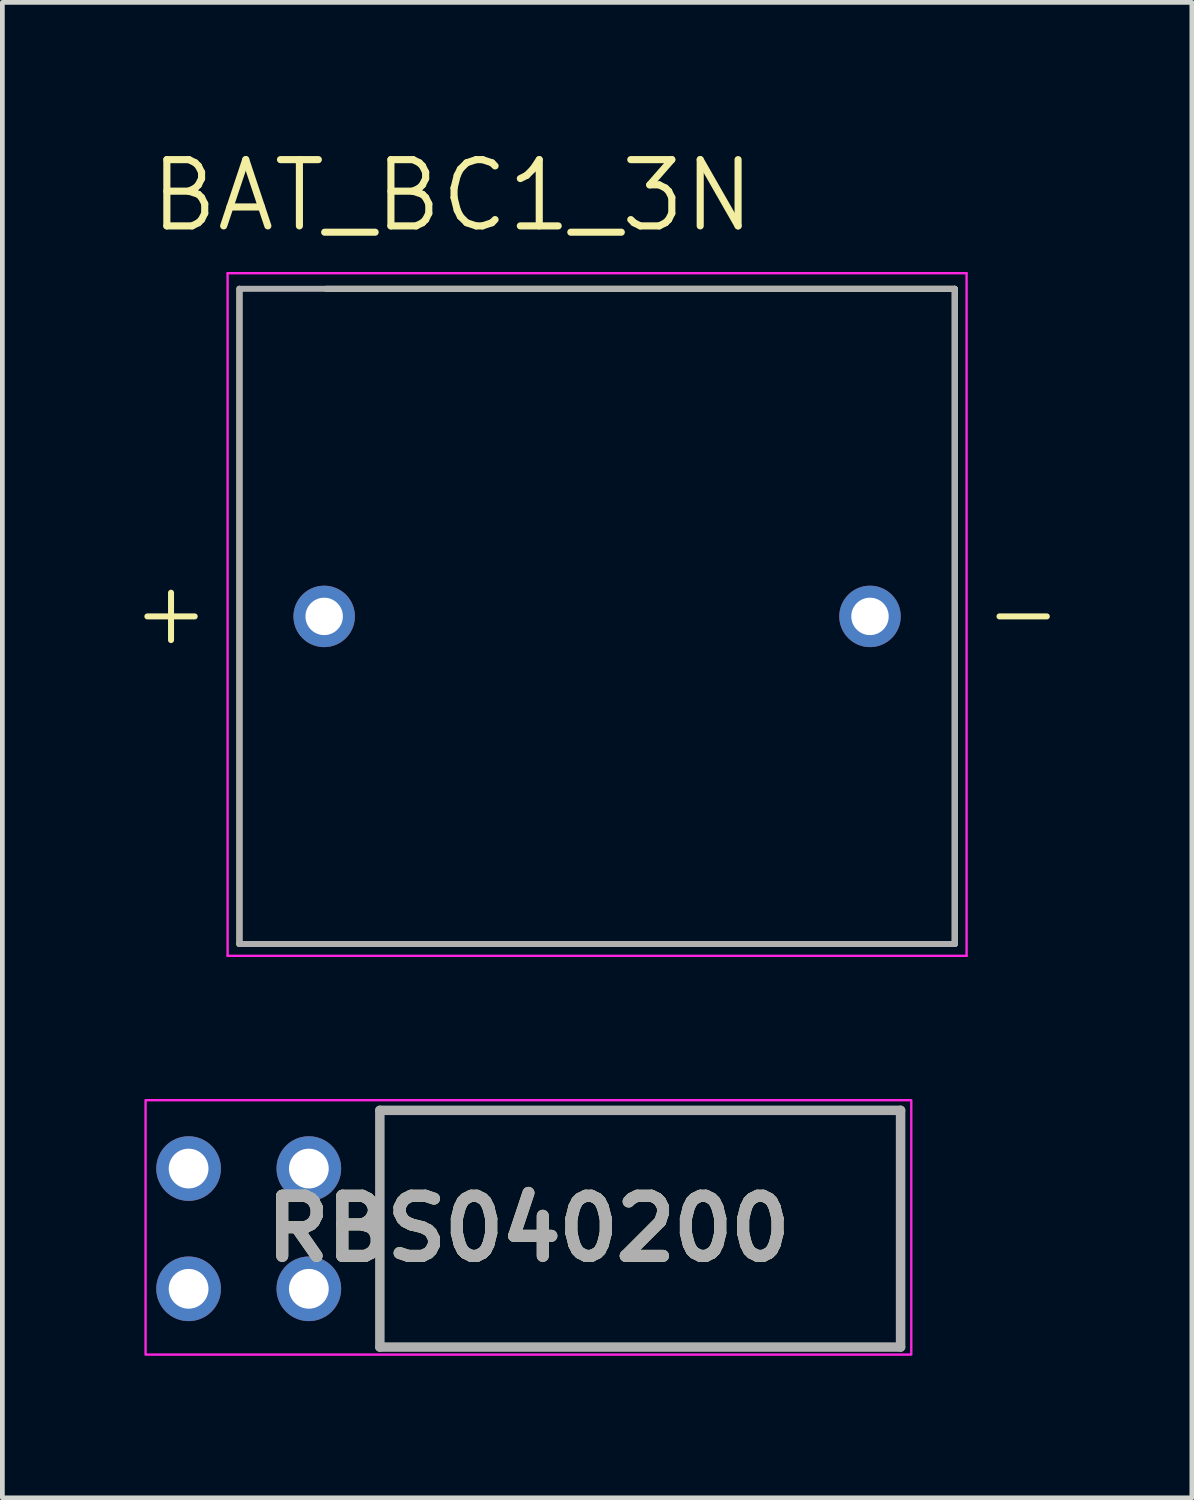
<source format=kicad_pcb>
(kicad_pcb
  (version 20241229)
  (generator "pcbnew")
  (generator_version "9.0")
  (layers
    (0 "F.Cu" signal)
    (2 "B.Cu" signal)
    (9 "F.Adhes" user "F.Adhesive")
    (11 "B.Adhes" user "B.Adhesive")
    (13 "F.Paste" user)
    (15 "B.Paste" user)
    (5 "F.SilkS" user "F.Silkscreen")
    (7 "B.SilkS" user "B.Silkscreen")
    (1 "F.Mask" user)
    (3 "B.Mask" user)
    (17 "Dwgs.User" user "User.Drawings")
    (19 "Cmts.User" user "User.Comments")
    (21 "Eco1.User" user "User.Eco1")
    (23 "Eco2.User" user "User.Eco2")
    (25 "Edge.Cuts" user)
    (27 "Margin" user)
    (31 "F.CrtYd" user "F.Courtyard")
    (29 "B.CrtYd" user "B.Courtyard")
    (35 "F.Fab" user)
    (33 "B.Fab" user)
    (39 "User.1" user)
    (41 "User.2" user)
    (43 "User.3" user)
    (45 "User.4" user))
  (footprint "BAT_BC1_3N"
    (layer "F.Cu")
    (at 9.563 9.971)
    (property "Reference" "BAT_BC1_3N" (at -3.055 -8.889 0) (layer "F.SilkS") (effects (font (size 1.4 1.4) (thickness 0.15))))
    (attr through_hole)
    (fp_line (start -9.5 0) (end -8.5 0) (stroke (width 0.127) (type solid)) (layer "F.SilkS"))
    (fp_line (start -9 -0.5) (end -9 0.5) (stroke (width 0.127) (type solid)) (layer "F.SilkS"))
    (fp_line (start -7.555 -6.92) (end -7.555 6.92) (stroke (width 0.127) (type solid)) (layer "F.SilkS"))
    (fp_line (start -7.555 6.92) (end 7.555 6.92) (stroke (width 0.127) (type solid)) (layer "F.SilkS"))
    (fp_line (start 7.555 -6.92) (end -5.725 -6.92) (stroke (width 0.127) (type solid)) (layer "F.SilkS"))
    (fp_line (start 7.555 6.92) (end 7.555 -6.92) (stroke (width 0.127) (type solid)) (layer "F.SilkS"))
    (fp_line (start 8.5 0) (end 9.5 0) (stroke (width 0.127) (type solid)) (layer "F.SilkS"))
    (fp_line (start -7.805 -7.25) (end -7.805 7.17) (stroke (width 0.05) (type solid)) (layer "F.CrtYd"))
    (fp_line (start -7.805 7.17) (end 7.805 7.17) (stroke (width 0.05) (type solid)) (layer "F.CrtYd"))
    (fp_line (start 7.805 -7.25) (end -7.805 -7.25) (stroke (width 0.05) (type solid)) (layer "F.CrtYd"))
    (fp_line (start 7.805 7.17) (end 7.805 -7.25) (stroke (width 0.05) (type solid)) (layer "F.CrtYd"))
    (fp_line (start -7.555 -6.92) (end -7.555 6.92) (stroke (width 0.127) (type solid)) (layer "F.Fab"))
    (fp_line (start -7.555 6.92) (end 7.555 6.92) (stroke (width 0.127) (type solid)) (layer "F.Fab"))
    (fp_line (start 7.555 -6.92) (end -7.555 -6.92) (stroke (width 0.127) (type solid)) (layer "F.Fab"))
    (fp_line (start 7.555 6.92) (end 7.555 -6.92) (stroke (width 0.127) (type solid)) (layer "F.Fab"))
    (pad "+" thru_hole circle (at -5.765 0) (size 1.298 1.298) (drill 0.79) (layers "*.Cu" "*.Mask"))
    (pad "-" thru_hole circle (at 5.765 0) (size 1.298 1.298) (drill 0.79) (layers "*.Cu" "*.Mask")))
  (footprint "RBS040200"
    (layer "F.Cu")
    (at 3.474 24.175)
    (property "Reference" "RBS040200" (at 4.639 -1.27 0) (layer "F.SilkS") (effects (font (size 1.27 1.27) (thickness 0.254))))
    (attr through_hole)
    (fp_line (start 1.5 -3.77) (end 12.5 -3.77) (stroke (width 0.1) (type solid)) (layer "F.SilkS"))
    (fp_line (start 1.5 1.23) (end 1.5 -3.77) (stroke (width 0.1) (type solid)) (layer "F.SilkS"))
    (fp_line (start 12.5 -3.77) (end 12.5 1.23) (stroke (width 0.1) (type solid)) (layer "F.SilkS"))
    (fp_line (start 12.5 1.23) (end 1.5 1.23) (stroke (width 0.1) (type solid)) (layer "F.SilkS"))
    (fp_rect (start 12.726 -3.984) (end -3.449 1.39) (stroke (width 0.05) (type default)) (fill no) (layer "F.CrtYd"))
    (fp_line (start 1.5 -3.77) (end 12.5 -3.77) (stroke (width 0.2) (type solid)) (layer "F.Fab"))
    (fp_line (start 1.5 1.23) (end 1.5 -3.77) (stroke (width 0.2) (type solid)) (layer "F.Fab"))
    (fp_line (start 12.5 -3.77) (end 12.5 1.23) (stroke (width 0.2) (type solid)) (layer "F.Fab"))
    (fp_line (start 12.5 1.23) (end 1.5 1.23) (stroke (width 0.2) (type solid)) (layer "F.Fab"))
    (fp_text user "${REFERENCE}" (at 4.639 -1.27 0) (layer "F.Fab") (effects (font (size 1.27 1.27) (thickness 0.254))))
    (pad "1" thru_hole circle (at 0 0) (size 1.365 1.365) (drill 0.84) (layers "*.Cu" "*.Mask"))
    (pad "2" thru_hole circle (at -2.54 0) (size 1.365 1.365) (drill 0.84) (layers "*.Cu" "*.Mask"))
    (pad "3" thru_hole circle (at 0 -2.54) (size 1.365 1.365) (drill 0.84) (layers "*.Cu" "*.Mask"))
    (pad "4" thru_hole circle (at -2.54 -2.54) (size 1.365 1.365) (drill 0.84) (layers "*.Cu" "*.Mask")))
  (gr_rect
    (start -3 -3)
    (end 22.127 28.59)
    (stroke (width 0.1) (type default))
    (fill no)
    (layer "Edge.Cuts")))
</source>
